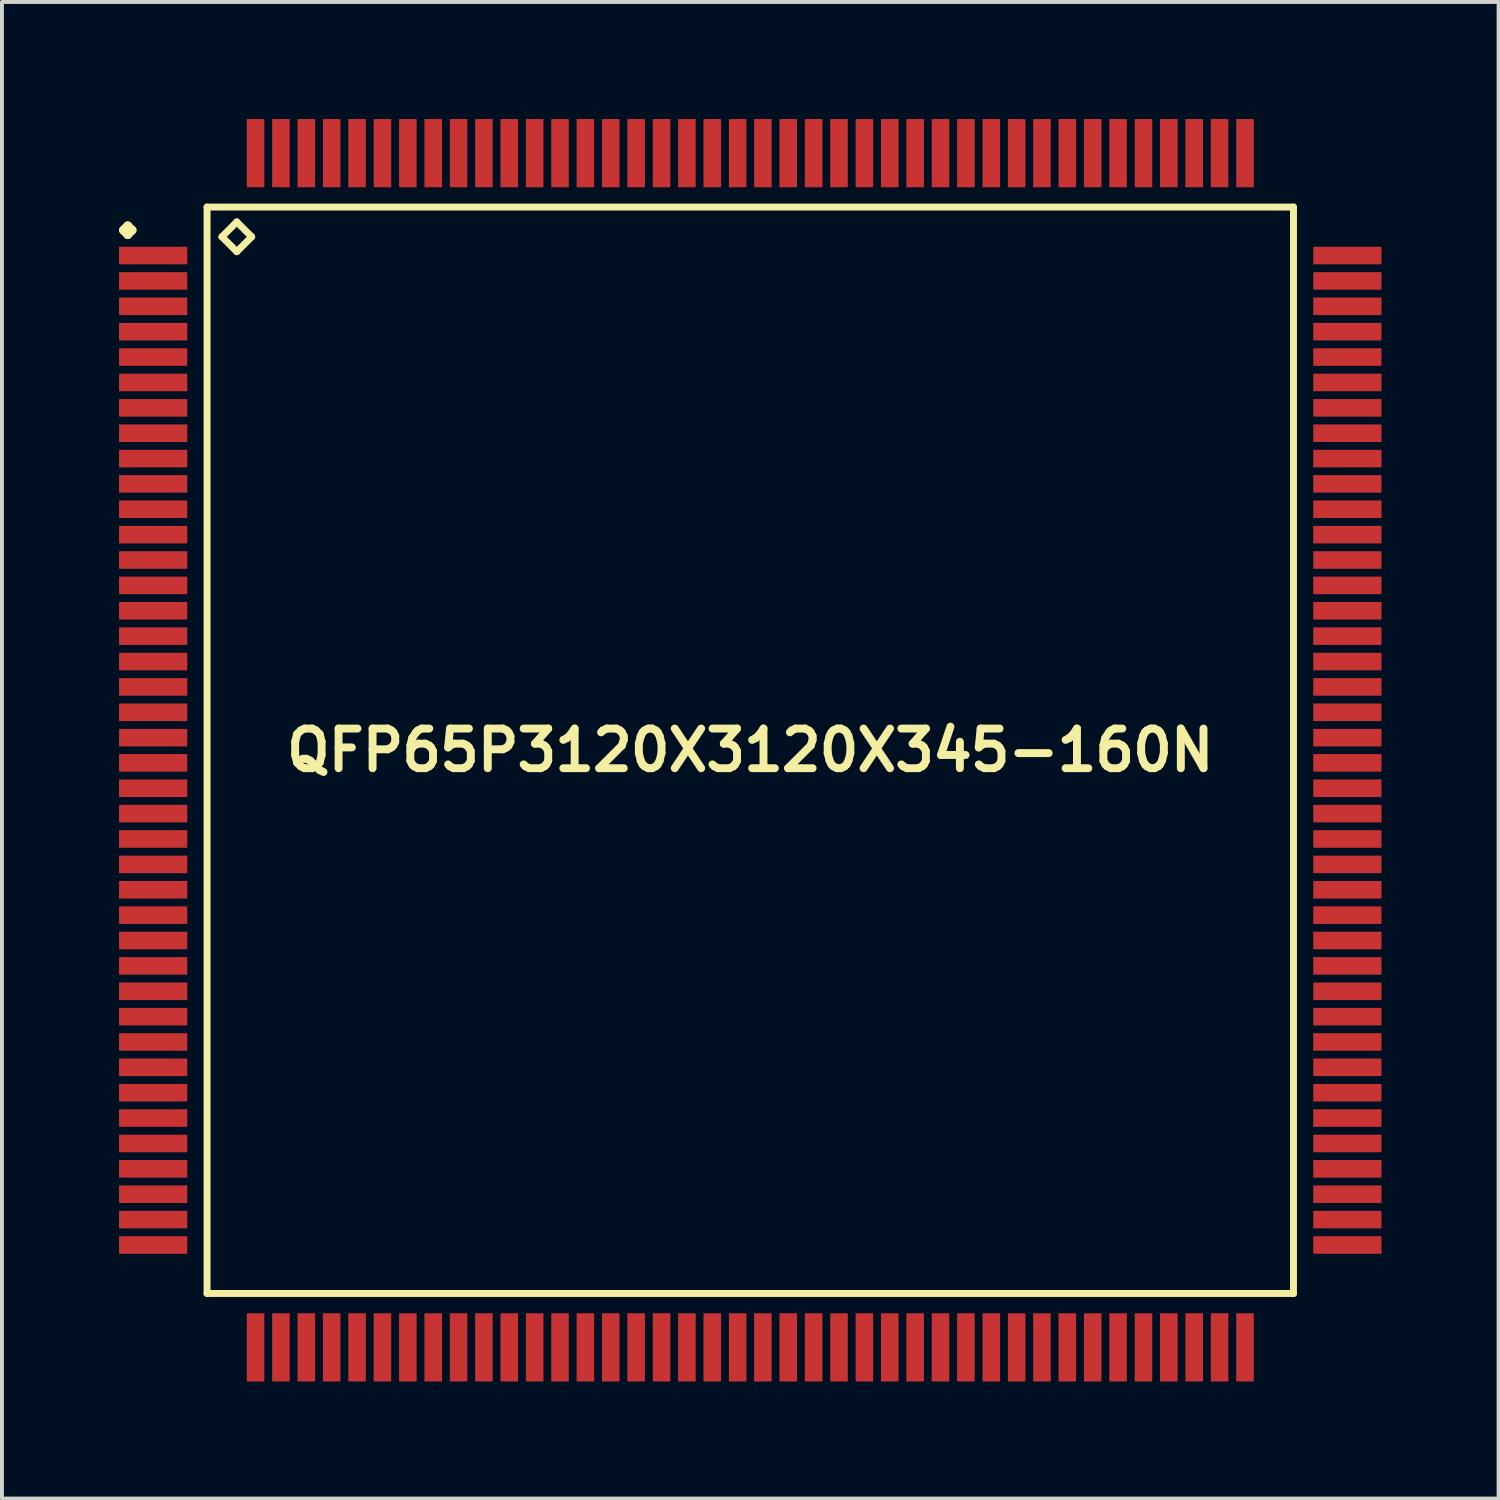
<source format=kicad_pcb>
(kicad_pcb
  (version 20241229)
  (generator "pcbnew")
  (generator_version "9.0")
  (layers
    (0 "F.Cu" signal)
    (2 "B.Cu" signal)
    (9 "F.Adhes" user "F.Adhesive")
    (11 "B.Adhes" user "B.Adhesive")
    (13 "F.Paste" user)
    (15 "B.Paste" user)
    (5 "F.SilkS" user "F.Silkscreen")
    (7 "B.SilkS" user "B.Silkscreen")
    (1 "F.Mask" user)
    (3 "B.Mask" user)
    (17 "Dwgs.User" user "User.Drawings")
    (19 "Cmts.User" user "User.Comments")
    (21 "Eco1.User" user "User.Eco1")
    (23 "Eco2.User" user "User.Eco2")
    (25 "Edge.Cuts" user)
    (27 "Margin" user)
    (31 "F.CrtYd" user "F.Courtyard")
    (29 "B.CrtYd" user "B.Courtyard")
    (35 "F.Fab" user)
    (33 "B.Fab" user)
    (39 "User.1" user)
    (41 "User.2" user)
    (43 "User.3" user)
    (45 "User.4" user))
  (footprint "QFP65P3120X3120X345-160N"
    (layer "F.Cu")
    (at 16.172 16.172)
    (property "Reference" "QFP65P3120X3120X345-160N" (at 0 0 0) (layer "F.SilkS") (effects (font (size 1.016 1.016) (thickness 0.203))))
    (attr smd)
    (fp_line (start -16.06 -13.325) (end -15.949 -13.437) (stroke (width 0.224) (type solid)) (layer "F.SilkS"))
    (fp_line (start -15.949 -13.437) (end -15.837 -13.325) (stroke (width 0.224) (type solid)) (layer "F.SilkS"))
    (fp_line (start -15.949 -13.211) (end -16.06 -13.325) (stroke (width 0.224) (type solid)) (layer "F.SilkS"))
    (fp_line (start -15.837 -13.325) (end -15.949 -13.211) (stroke (width 0.224) (type solid)) (layer "F.SilkS"))
    (fp_line (start -13.917 -13.917) (end -13.917 13.917) (stroke (width 0.178) (type solid)) (layer "F.SilkS"))
    (fp_line (start -13.917 13.917) (end 13.917 13.917) (stroke (width 0.178) (type solid)) (layer "F.SilkS"))
    (fp_line (start -13.536 -13.155) (end -13.155 -13.536) (stroke (width 0.178) (type solid)) (layer "F.SilkS"))
    (fp_line (start -13.155 -13.536) (end -12.774 -13.155) (stroke (width 0.178) (type solid)) (layer "F.SilkS"))
    (fp_line (start -13.155 -12.774) (end -13.536 -13.155) (stroke (width 0.178) (type solid)) (layer "F.SilkS"))
    (fp_line (start -12.774 -13.155) (end -13.155 -12.774) (stroke (width 0.178) (type solid)) (layer "F.SilkS"))
    (fp_line (start 13.917 -13.917) (end -13.917 -13.917) (stroke (width 0.178) (type solid)) (layer "F.SilkS"))
    (fp_line (start 13.917 13.917) (end 13.917 -13.917) (stroke (width 0.178) (type solid)) (layer "F.SilkS"))
    (pad "1" smd rect (at -15.298 -12.675) (size 1.748 0.45) (layers "F.Cu" "F.Mask" "F.Paste"))
    (pad "2" smd rect (at -15.298 -12.024) (size 1.748 0.45) (layers "F.Cu" "F.Mask" "F.Paste"))
    (pad "3" smd rect (at -15.298 -11.374) (size 1.748 0.45) (layers "F.Cu" "F.Mask" "F.Paste"))
    (pad "4" smd rect (at -15.298 -10.724) (size 1.748 0.45) (layers "F.Cu" "F.Mask" "F.Paste"))
    (pad "5" smd rect (at -15.298 -10.074) (size 1.748 0.45) (layers "F.Cu" "F.Mask" "F.Paste"))
    (pad "6" smd rect (at -15.298 -9.423) (size 1.748 0.45) (layers "F.Cu" "F.Mask" "F.Paste"))
    (pad "7" smd rect (at -15.298 -8.773) (size 1.748 0.45) (layers "F.Cu" "F.Mask" "F.Paste"))
    (pad "8" smd rect (at -15.298 -8.123) (size 1.748 0.45) (layers "F.Cu" "F.Mask" "F.Paste"))
    (pad "9" smd rect (at -15.298 -7.473) (size 1.748 0.45) (layers "F.Cu" "F.Mask" "F.Paste"))
    (pad "10" smd rect (at -15.298 -6.825) (size 1.748 0.45) (layers "F.Cu" "F.Mask" "F.Paste"))
    (pad "11" smd rect (at -15.298 -6.175) (size 1.748 0.45) (layers "F.Cu" "F.Mask" "F.Paste"))
    (pad "12" smd rect (at -15.298 -5.524) (size 1.748 0.45) (layers "F.Cu" "F.Mask" "F.Paste"))
    (pad "13" smd rect (at -15.298 -4.874) (size 1.748 0.45) (layers "F.Cu" "F.Mask" "F.Paste"))
    (pad "14" smd rect (at -15.298 -4.224) (size 1.748 0.45) (layers "F.Cu" "F.Mask" "F.Paste"))
    (pad "15" smd rect (at -15.298 -3.574) (size 1.748 0.45) (layers "F.Cu" "F.Mask" "F.Paste"))
    (pad "16" smd rect (at -15.298 -2.924) (size 1.748 0.45) (layers "F.Cu" "F.Mask" "F.Paste"))
    (pad "17" smd rect (at -15.298 -2.273) (size 1.748 0.45) (layers "F.Cu" "F.Mask" "F.Paste"))
    (pad "18" smd rect (at -15.298 -1.623) (size 1.748 0.45) (layers "F.Cu" "F.Mask" "F.Paste"))
    (pad "19" smd rect (at -15.298 -0.973) (size 1.748 0.45) (layers "F.Cu" "F.Mask" "F.Paste"))
    (pad "20" smd rect (at -15.298 -0.323) (size 1.748 0.45) (layers "F.Cu" "F.Mask" "F.Paste"))
    (pad "21" smd rect (at -15.298 0.323) (size 1.748 0.45) (layers "F.Cu" "F.Mask" "F.Paste"))
    (pad "22" smd rect (at -15.298 0.973) (size 1.748 0.45) (layers "F.Cu" "F.Mask" "F.Paste"))
    (pad "23" smd rect (at -15.298 1.623) (size 1.748 0.45) (layers "F.Cu" "F.Mask" "F.Paste"))
    (pad "24" smd rect (at -15.298 2.273) (size 1.748 0.45) (layers "F.Cu" "F.Mask" "F.Paste"))
    (pad "25" smd rect (at -15.298 2.924) (size 1.748 0.45) (layers "F.Cu" "F.Mask" "F.Paste"))
    (pad "26" smd rect (at -15.298 3.574) (size 1.748 0.45) (layers "F.Cu" "F.Mask" "F.Paste"))
    (pad "27" smd rect (at -15.298 4.224) (size 1.748 0.45) (layers "F.Cu" "F.Mask" "F.Paste"))
    (pad "28" smd rect (at -15.298 4.874) (size 1.748 0.45) (layers "F.Cu" "F.Mask" "F.Paste"))
    (pad "29" smd rect (at -15.298 5.524) (size 1.748 0.45) (layers "F.Cu" "F.Mask" "F.Paste"))
    (pad "30" smd rect (at -15.298 6.175) (size 1.748 0.45) (layers "F.Cu" "F.Mask" "F.Paste"))
    (pad "31" smd rect (at -15.298 6.825) (size 1.748 0.45) (layers "F.Cu" "F.Mask" "F.Paste"))
    (pad "32" smd rect (at -15.298 7.473) (size 1.748 0.45) (layers "F.Cu" "F.Mask" "F.Paste"))
    (pad "33" smd rect (at -15.298 8.123) (size 1.748 0.45) (layers "F.Cu" "F.Mask" "F.Paste"))
    (pad "34" smd rect (at -15.298 8.773) (size 1.748 0.45) (layers "F.Cu" "F.Mask" "F.Paste"))
    (pad "35" smd rect (at -15.298 9.423) (size 1.748 0.45) (layers "F.Cu" "F.Mask" "F.Paste"))
    (pad "36" smd rect (at -15.298 10.074) (size 1.748 0.45) (layers "F.Cu" "F.Mask" "F.Paste"))
    (pad "37" smd rect (at -15.298 10.724) (size 1.748 0.45) (layers "F.Cu" "F.Mask" "F.Paste"))
    (pad "38" smd rect (at -15.298 11.374) (size 1.748 0.45) (layers "F.Cu" "F.Mask" "F.Paste"))
    (pad "39" smd rect (at -15.298 12.024) (size 1.748 0.45) (layers "F.Cu" "F.Mask" "F.Paste"))
    (pad "40" smd rect (at -15.298 12.675) (size 1.748 0.45) (layers "F.Cu" "F.Mask" "F.Paste"))
    (pad "41" smd rect (at -12.675 15.298) (size 0.45 1.748) (layers "F.Cu" "F.Mask" "F.Paste"))
    (pad "42" smd rect (at -12.024 15.298) (size 0.45 1.748) (layers "F.Cu" "F.Mask" "F.Paste"))
    (pad "43" smd rect (at -11.374 15.298) (size 0.45 1.748) (layers "F.Cu" "F.Mask" "F.Paste"))
    (pad "44" smd rect (at -10.724 15.298) (size 0.45 1.748) (layers "F.Cu" "F.Mask" "F.Paste"))
    (pad "45" smd rect (at -10.074 15.298) (size 0.45 1.748) (layers "F.Cu" "F.Mask" "F.Paste"))
    (pad "46" smd rect (at -9.423 15.298) (size 0.45 1.748) (layers "F.Cu" "F.Mask" "F.Paste"))
    (pad "47" smd rect (at -8.773 15.298) (size 0.45 1.748) (layers "F.Cu" "F.Mask" "F.Paste"))
    (pad "48" smd rect (at -8.123 15.298) (size 0.45 1.748) (layers "F.Cu" "F.Mask" "F.Paste"))
    (pad "49" smd rect (at -7.473 15.298) (size 0.45 1.748) (layers "F.Cu" "F.Mask" "F.Paste"))
    (pad "50" smd rect (at -6.825 15.298) (size 0.45 1.748) (layers "F.Cu" "F.Mask" "F.Paste"))
    (pad "51" smd rect (at -6.175 15.298) (size 0.45 1.748) (layers "F.Cu" "F.Mask" "F.Paste"))
    (pad "52" smd rect (at -5.524 15.298) (size 0.45 1.748) (layers "F.Cu" "F.Mask" "F.Paste"))
    (pad "53" smd rect (at -4.874 15.298) (size 0.45 1.748) (layers "F.Cu" "F.Mask" "F.Paste"))
    (pad "54" smd rect (at -4.224 15.298) (size 0.45 1.748) (layers "F.Cu" "F.Mask" "F.Paste"))
    (pad "55" smd rect (at -3.574 15.298) (size 0.45 1.748) (layers "F.Cu" "F.Mask" "F.Paste"))
    (pad "56" smd rect (at -2.924 15.298) (size 0.45 1.748) (layers "F.Cu" "F.Mask" "F.Paste"))
    (pad "57" smd rect (at -2.273 15.298) (size 0.45 1.748) (layers "F.Cu" "F.Mask" "F.Paste"))
    (pad "58" smd rect (at -1.623 15.298) (size 0.45 1.748) (layers "F.Cu" "F.Mask" "F.Paste"))
    (pad "59" smd rect (at -0.973 15.298) (size 0.45 1.748) (layers "F.Cu" "F.Mask" "F.Paste"))
    (pad "60" smd rect (at -0.323 15.298) (size 0.45 1.748) (layers "F.Cu" "F.Mask" "F.Paste"))
    (pad "61" smd rect (at 0.323 15.298) (size 0.45 1.748) (layers "F.Cu" "F.Mask" "F.Paste"))
    (pad "62" smd rect (at 0.973 15.298) (size 0.45 1.748) (layers "F.Cu" "F.Mask" "F.Paste"))
    (pad "63" smd rect (at 1.623 15.298) (size 0.45 1.748) (layers "F.Cu" "F.Mask" "F.Paste"))
    (pad "64" smd rect (at 2.273 15.298) (size 0.45 1.748) (layers "F.Cu" "F.Mask" "F.Paste"))
    (pad "65" smd rect (at 2.924 15.298) (size 0.45 1.748) (layers "F.Cu" "F.Mask" "F.Paste"))
    (pad "66" smd rect (at 3.574 15.298) (size 0.45 1.748) (layers "F.Cu" "F.Mask" "F.Paste"))
    (pad "67" smd rect (at 4.224 15.298) (size 0.45 1.748) (layers "F.Cu" "F.Mask" "F.Paste"))
    (pad "68" smd rect (at 4.874 15.298) (size 0.45 1.748) (layers "F.Cu" "F.Mask" "F.Paste"))
    (pad "69" smd rect (at 5.524 15.298) (size 0.45 1.748) (layers "F.Cu" "F.Mask" "F.Paste"))
    (pad "70" smd rect (at 6.175 15.298) (size 0.45 1.748) (layers "F.Cu" "F.Mask" "F.Paste"))
    (pad "71" smd rect (at 6.825 15.298) (size 0.45 1.748) (layers "F.Cu" "F.Mask" "F.Paste"))
    (pad "72" smd rect (at 7.473 15.298) (size 0.45 1.748) (layers "F.Cu" "F.Mask" "F.Paste"))
    (pad "73" smd rect (at 8.123 15.298) (size 0.45 1.748) (layers "F.Cu" "F.Mask" "F.Paste"))
    (pad "74" smd rect (at 8.773 15.298) (size 0.45 1.748) (layers "F.Cu" "F.Mask" "F.Paste"))
    (pad "75" smd rect (at 9.423 15.298) (size 0.45 1.748) (layers "F.Cu" "F.Mask" "F.Paste"))
    (pad "76" smd rect (at 10.074 15.298) (size 0.45 1.748) (layers "F.Cu" "F.Mask" "F.Paste"))
    (pad "77" smd rect (at 10.724 15.298) (size 0.45 1.748) (layers "F.Cu" "F.Mask" "F.Paste"))
    (pad "78" smd rect (at 11.374 15.298) (size 0.45 1.748) (layers "F.Cu" "F.Mask" "F.Paste"))
    (pad "79" smd rect (at 12.024 15.298) (size 0.45 1.748) (layers "F.Cu" "F.Mask" "F.Paste"))
    (pad "80" smd rect (at 12.675 15.298) (size 0.45 1.748) (layers "F.Cu" "F.Mask" "F.Paste"))
    (pad "81" smd rect (at 15.298 12.675) (size 1.748 0.45) (layers "F.Cu" "F.Mask" "F.Paste"))
    (pad "82" smd rect (at 15.298 12.024) (size 1.748 0.45) (layers "F.Cu" "F.Mask" "F.Paste"))
    (pad "83" smd rect (at 15.298 11.374) (size 1.748 0.45) (layers "F.Cu" "F.Mask" "F.Paste"))
    (pad "84" smd rect (at 15.298 10.724) (size 1.748 0.45) (layers "F.Cu" "F.Mask" "F.Paste"))
    (pad "85" smd rect (at 15.298 10.074) (size 1.748 0.45) (layers "F.Cu" "F.Mask" "F.Paste"))
    (pad "86" smd rect (at 15.298 9.423) (size 1.748 0.45) (layers "F.Cu" "F.Mask" "F.Paste"))
    (pad "87" smd rect (at 15.298 8.773) (size 1.748 0.45) (layers "F.Cu" "F.Mask" "F.Paste"))
    (pad "88" smd rect (at 15.298 8.123) (size 1.748 0.45) (layers "F.Cu" "F.Mask" "F.Paste"))
    (pad "89" smd rect (at 15.298 7.473) (size 1.748 0.45) (layers "F.Cu" "F.Mask" "F.Paste"))
    (pad "90" smd rect (at 15.298 6.825) (size 1.748 0.45) (layers "F.Cu" "F.Mask" "F.Paste"))
    (pad "91" smd rect (at 15.298 6.175) (size 1.748 0.45) (layers "F.Cu" "F.Mask" "F.Paste"))
    (pad "92" smd rect (at 15.298 5.524) (size 1.748 0.45) (layers "F.Cu" "F.Mask" "F.Paste"))
    (pad "93" smd rect (at 15.298 4.874) (size 1.748 0.45) (layers "F.Cu" "F.Mask" "F.Paste"))
    (pad "94" smd rect (at 15.298 4.224) (size 1.748 0.45) (layers "F.Cu" "F.Mask" "F.Paste"))
    (pad "95" smd rect (at 15.298 3.574) (size 1.748 0.45) (layers "F.Cu" "F.Mask" "F.Paste"))
    (pad "96" smd rect (at 15.298 2.924) (size 1.748 0.45) (layers "F.Cu" "F.Mask" "F.Paste"))
    (pad "97" smd rect (at 15.298 2.273) (size 1.748 0.45) (layers "F.Cu" "F.Mask" "F.Paste"))
    (pad "98" smd rect (at 15.298 1.623) (size 1.748 0.45) (layers "F.Cu" "F.Mask" "F.Paste"))
    (pad "99" smd rect (at 15.298 0.973) (size 1.748 0.45) (layers "F.Cu" "F.Mask" "F.Paste"))
    (pad "100" smd rect (at 15.298 0.323) (size 1.748 0.45) (layers "F.Cu" "F.Mask" "F.Paste"))
    (pad "101" smd rect (at 15.298 -0.323) (size 1.748 0.45) (layers "F.Cu" "F.Mask" "F.Paste"))
    (pad "102" smd rect (at 15.298 -0.973) (size 1.748 0.45) (layers "F.Cu" "F.Mask" "F.Paste"))
    (pad "103" smd rect (at 15.298 -1.623) (size 1.748 0.45) (layers "F.Cu" "F.Mask" "F.Paste"))
    (pad "104" smd rect (at 15.298 -2.273) (size 1.748 0.45) (layers "F.Cu" "F.Mask" "F.Paste"))
    (pad "105" smd rect (at 15.298 -2.924) (size 1.748 0.45) (layers "F.Cu" "F.Mask" "F.Paste"))
    (pad "106" smd rect (at 15.298 -3.574) (size 1.748 0.45) (layers "F.Cu" "F.Mask" "F.Paste"))
    (pad "107" smd rect (at 15.298 -4.224) (size 1.748 0.45) (layers "F.Cu" "F.Mask" "F.Paste"))
    (pad "108" smd rect (at 15.298 -4.874) (size 1.748 0.45) (layers "F.Cu" "F.Mask" "F.Paste"))
    (pad "109" smd rect (at 15.298 -5.524) (size 1.748 0.45) (layers "F.Cu" "F.Mask" "F.Paste"))
    (pad "110" smd rect (at 15.298 -6.175) (size 1.748 0.45) (layers "F.Cu" "F.Mask" "F.Paste"))
    (pad "111" smd rect (at 15.298 -6.825) (size 1.748 0.45) (layers "F.Cu" "F.Mask" "F.Paste"))
    (pad "112" smd rect (at 15.298 -7.473) (size 1.748 0.45) (layers "F.Cu" "F.Mask" "F.Paste"))
    (pad "113" smd rect (at 15.298 -8.123) (size 1.748 0.45) (layers "F.Cu" "F.Mask" "F.Paste"))
    (pad "114" smd rect (at 15.298 -8.773) (size 1.748 0.45) (layers "F.Cu" "F.Mask" "F.Paste"))
    (pad "115" smd rect (at 15.298 -9.423) (size 1.748 0.45) (layers "F.Cu" "F.Mask" "F.Paste"))
    (pad "116" smd rect (at 15.298 -10.074) (size 1.748 0.45) (layers "F.Cu" "F.Mask" "F.Paste"))
    (pad "117" smd rect (at 15.298 -10.724) (size 1.748 0.45) (layers "F.Cu" "F.Mask" "F.Paste"))
    (pad "118" smd rect (at 15.298 -11.374) (size 1.748 0.45) (layers "F.Cu" "F.Mask" "F.Paste"))
    (pad "119" smd rect (at 15.298 -12.024) (size 1.748 0.45) (layers "F.Cu" "F.Mask" "F.Paste"))
    (pad "120" smd rect (at 15.298 -12.675) (size 1.748 0.45) (layers "F.Cu" "F.Mask" "F.Paste"))
    (pad "121" smd rect (at 12.675 -15.298) (size 0.45 1.748) (layers "F.Cu" "F.Mask" "F.Paste"))
    (pad "122" smd rect (at 12.024 -15.298) (size 0.45 1.748) (layers "F.Cu" "F.Mask" "F.Paste"))
    (pad "123" smd rect (at 11.374 -15.298) (size 0.45 1.748) (layers "F.Cu" "F.Mask" "F.Paste"))
    (pad "124" smd rect (at 10.724 -15.298) (size 0.45 1.748) (layers "F.Cu" "F.Mask" "F.Paste"))
    (pad "125" smd rect (at 10.074 -15.298) (size 0.45 1.748) (layers "F.Cu" "F.Mask" "F.Paste"))
    (pad "126" smd rect (at 9.423 -15.298) (size 0.45 1.748) (layers "F.Cu" "F.Mask" "F.Paste"))
    (pad "127" smd rect (at 8.773 -15.298) (size 0.45 1.748) (layers "F.Cu" "F.Mask" "F.Paste"))
    (pad "128" smd rect (at 8.123 -15.298) (size 0.45 1.748) (layers "F.Cu" "F.Mask" "F.Paste"))
    (pad "129" smd rect (at 7.473 -15.298) (size 0.45 1.748) (layers "F.Cu" "F.Mask" "F.Paste"))
    (pad "130" smd rect (at 6.825 -15.298) (size 0.45 1.748) (layers "F.Cu" "F.Mask" "F.Paste"))
    (pad "131" smd rect (at 6.175 -15.298) (size 0.45 1.748) (layers "F.Cu" "F.Mask" "F.Paste"))
    (pad "132" smd rect (at 5.524 -15.298) (size 0.45 1.748) (layers "F.Cu" "F.Mask" "F.Paste"))
    (pad "133" smd rect (at 4.874 -15.298) (size 0.45 1.748) (layers "F.Cu" "F.Mask" "F.Paste"))
    (pad "134" smd rect (at 4.224 -15.298) (size 0.45 1.748) (layers "F.Cu" "F.Mask" "F.Paste"))
    (pad "135" smd rect (at 3.574 -15.298) (size 0.45 1.748) (layers "F.Cu" "F.Mask" "F.Paste"))
    (pad "136" smd rect (at 2.924 -15.298) (size 0.45 1.748) (layers "F.Cu" "F.Mask" "F.Paste"))
    (pad "137" smd rect (at 2.273 -15.298) (size 0.45 1.748) (layers "F.Cu" "F.Mask" "F.Paste"))
    (pad "138" smd rect (at 1.623 -15.298) (size 0.45 1.748) (layers "F.Cu" "F.Mask" "F.Paste"))
    (pad "139" smd rect (at 0.973 -15.298) (size 0.45 1.748) (layers "F.Cu" "F.Mask" "F.Paste"))
    (pad "140" smd rect (at 0.323 -15.298) (size 0.45 1.748) (layers "F.Cu" "F.Mask" "F.Paste"))
    (pad "141" smd rect (at -0.323 -15.298) (size 0.45 1.748) (layers "F.Cu" "F.Mask" "F.Paste"))
    (pad "142" smd rect (at -0.973 -15.298) (size 0.45 1.748) (layers "F.Cu" "F.Mask" "F.Paste"))
    (pad "143" smd rect (at -1.623 -15.298) (size 0.45 1.748) (layers "F.Cu" "F.Mask" "F.Paste"))
    (pad "144" smd rect (at -2.273 -15.298) (size 0.45 1.748) (layers "F.Cu" "F.Mask" "F.Paste"))
    (pad "145" smd rect (at -2.924 -15.298) (size 0.45 1.748) (layers "F.Cu" "F.Mask" "F.Paste"))
    (pad "146" smd rect (at -3.574 -15.298) (size 0.45 1.748) (layers "F.Cu" "F.Mask" "F.Paste"))
    (pad "147" smd rect (at -4.224 -15.298) (size 0.45 1.748) (layers "F.Cu" "F.Mask" "F.Paste"))
    (pad "148" smd rect (at -4.874 -15.298) (size 0.45 1.748) (layers "F.Cu" "F.Mask" "F.Paste"))
    (pad "149" smd rect (at -5.524 -15.298) (size 0.45 1.748) (layers "F.Cu" "F.Mask" "F.Paste"))
    (pad "150" smd rect (at -6.175 -15.298) (size 0.45 1.748) (layers "F.Cu" "F.Mask" "F.Paste"))
    (pad "151" smd rect (at -6.825 -15.298) (size 0.45 1.748) (layers "F.Cu" "F.Mask" "F.Paste"))
    (pad "152" smd rect (at -7.473 -15.298) (size 0.45 1.748) (layers "F.Cu" "F.Mask" "F.Paste"))
    (pad "153" smd rect (at -8.123 -15.298) (size 0.45 1.748) (layers "F.Cu" "F.Mask" "F.Paste"))
    (pad "154" smd rect (at -8.773 -15.298) (size 0.45 1.748) (layers "F.Cu" "F.Mask" "F.Paste"))
    (pad "155" smd rect (at -9.423 -15.298) (size 0.45 1.748) (layers "F.Cu" "F.Mask" "F.Paste"))
    (pad "156" smd rect (at -10.074 -15.298) (size 0.45 1.748) (layers "F.Cu" "F.Mask" "F.Paste"))
    (pad "157" smd rect (at -10.724 -15.298) (size 0.45 1.748) (layers "F.Cu" "F.Mask" "F.Paste"))
    (pad "158" smd rect (at -11.374 -15.298) (size 0.45 1.748) (layers "F.Cu" "F.Mask" "F.Paste"))
    (pad "159" smd rect (at -12.024 -15.298) (size 0.45 1.748) (layers "F.Cu" "F.Mask" "F.Paste"))
    (pad "160" smd rect (at -12.675 -15.298) (size 0.45 1.748) (layers "F.Cu" "F.Mask" "F.Paste")))
  (gr_rect
    (start -3 -3)
    (end 35.344 35.344)
    (stroke (width 0.1) (type default))
    (fill no)
    (layer "Edge.Cuts")))
</source>
